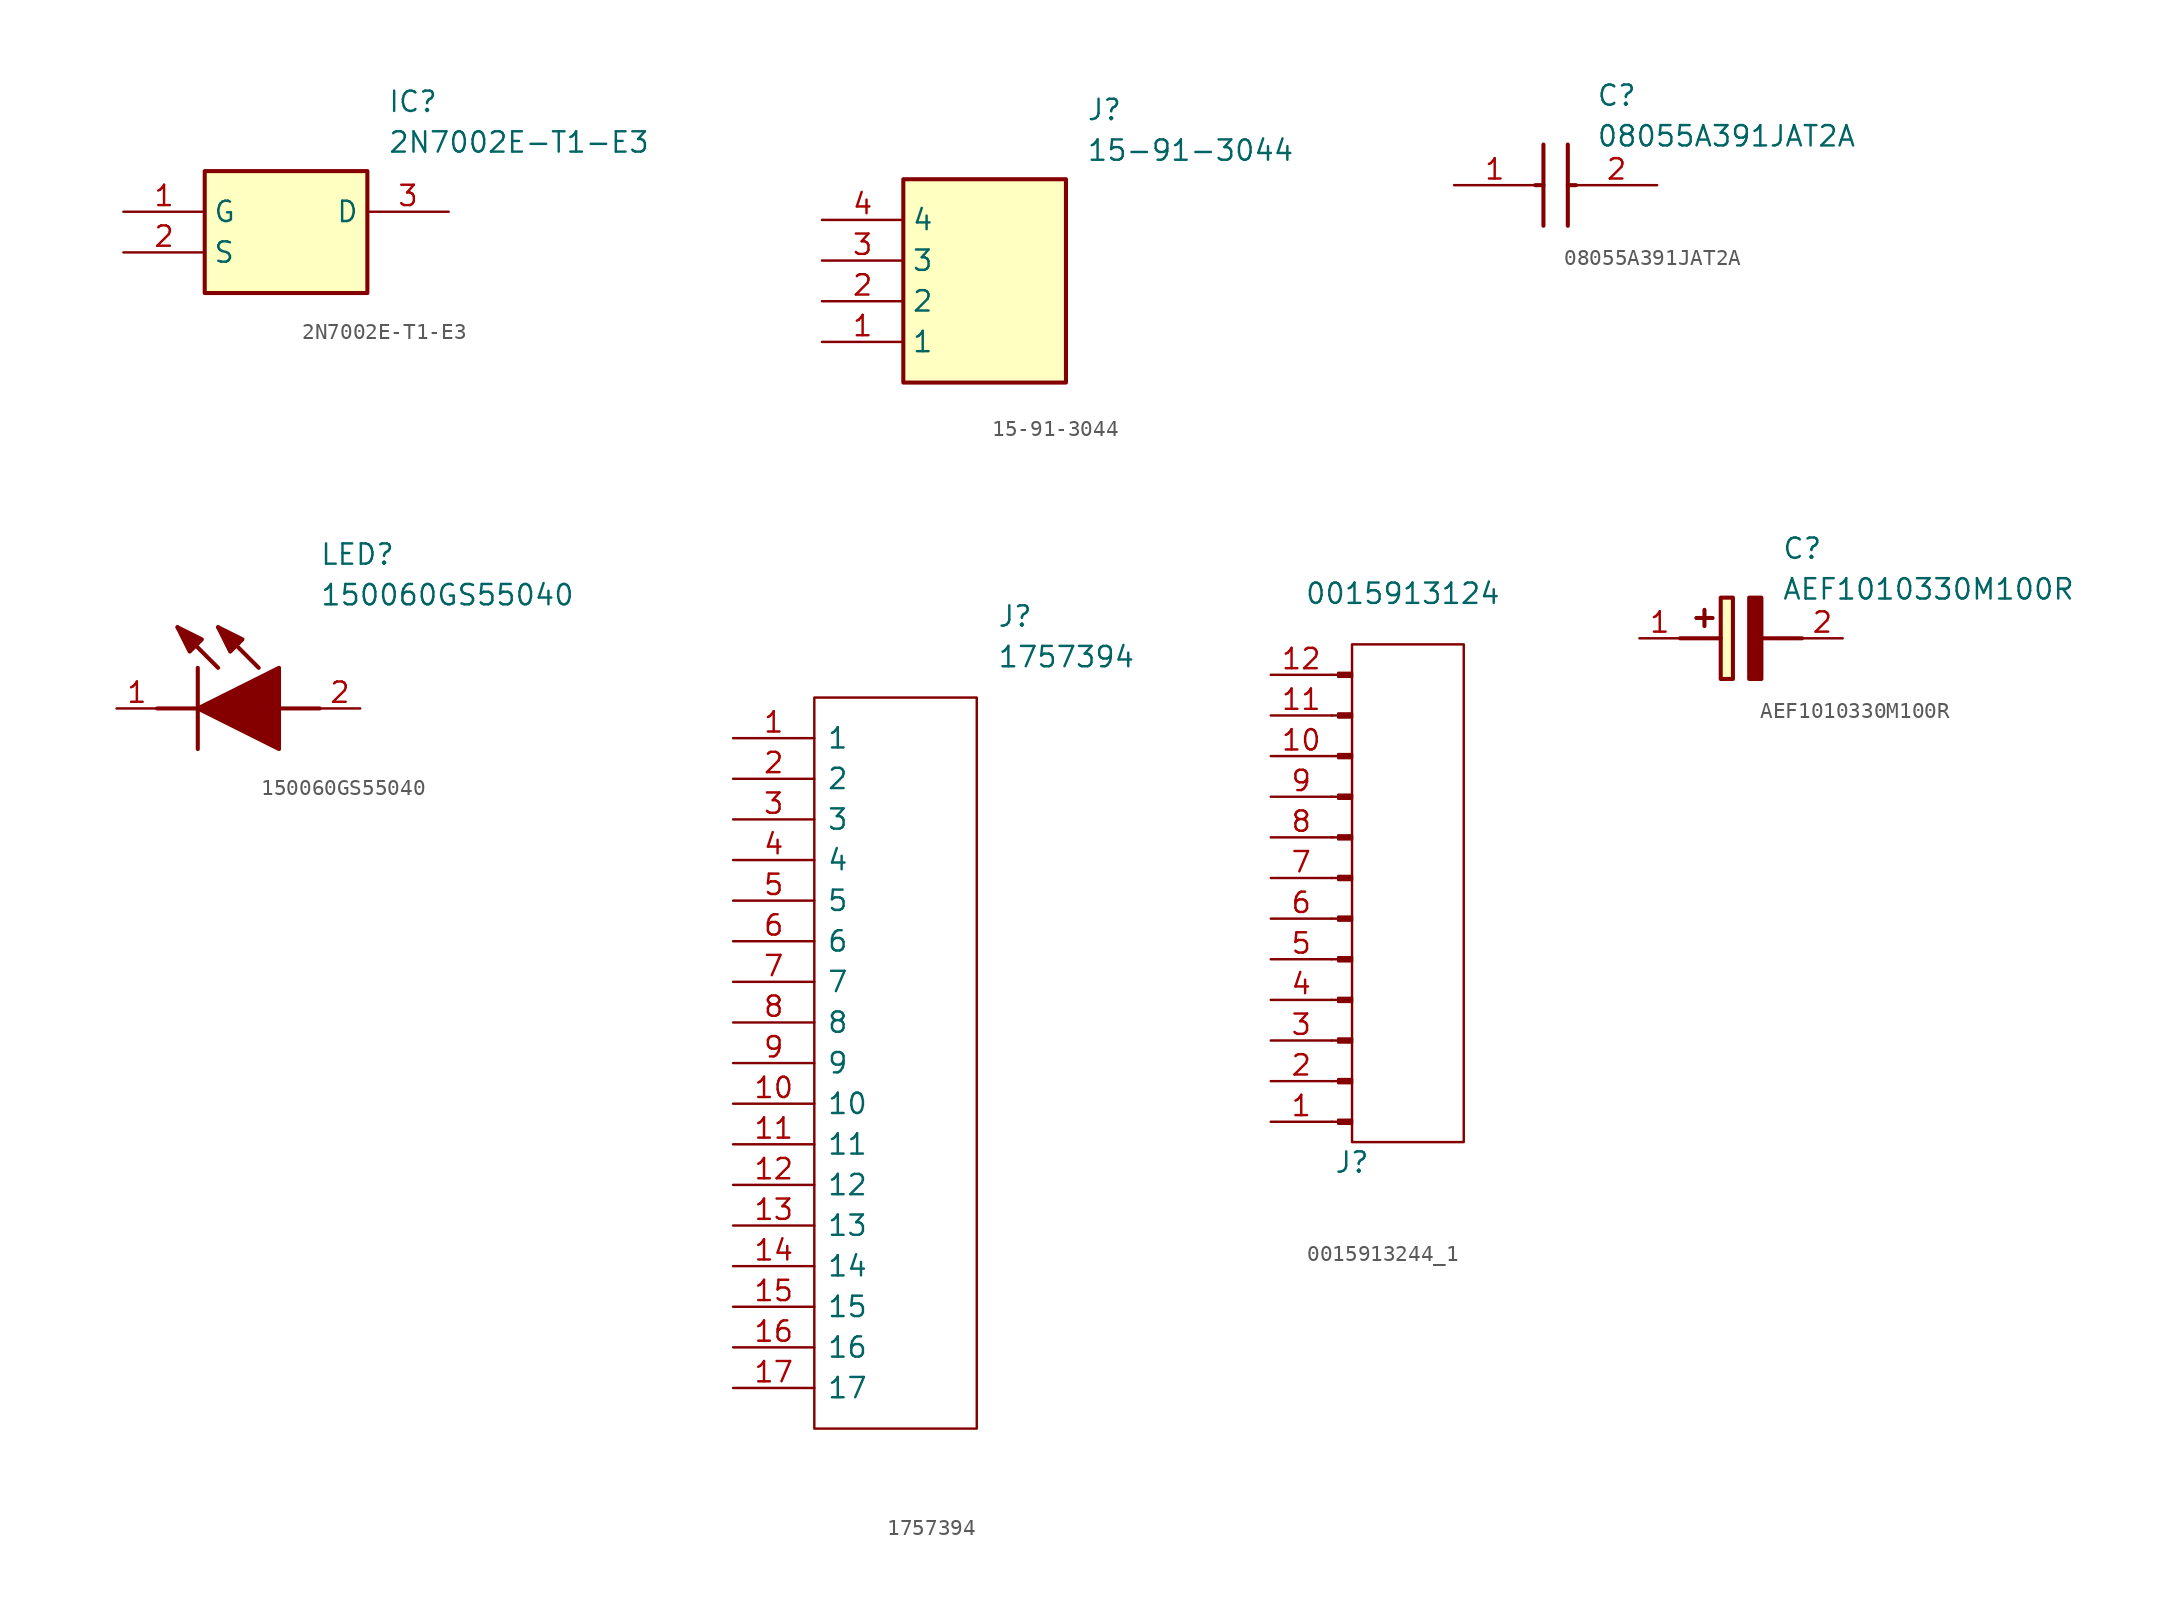
<source format=kicad_sym>
(kicad_symbol_lib
  (version 20220914)
  (generator kicad_symbol_editor)
  (symbol "2N7002E-T1-E3"
    (property "Reference" "IC"
      (at 16.51 7.62 0)
      (effects (font (size 1.27 1.27)) (justify left top)))
    (property "Value" "2N7002E-T1-E3"
      (at 16.51 5.08 0)
      (effects (font (size 1.27 1.27)) (justify left top)))
    (symbol "2N7002E-T1-E3_1_1"
      (rectangle (start 5.08 2.54) (end 15.24 -5.08) (stroke (width 0.254) (type default)) (fill (type background)))
      (pin passive line (at 0 0 0) (length 5.08) (name "G" (effects (font (size 1.27 1.27)))) (number "1" (effects (font (size 1.27 1.27)))))
      (pin passive line (at 0 -2.54 0) (length 5.08) (name "S" (effects (font (size 1.27 1.27)))) (number "2" (effects (font (size 1.27 1.27)))))
      (pin passive line (at 20.32 0 180) (length 5.08) (name "D" (effects (font (size 1.27 1.27)))) (number "3" (effects (font (size 1.27 1.27)))))))
  (symbol "15-91-3044"
    (property "Reference" "J"
      (at 16.51 7.62 0)
      (effects (font (size 1.27 1.27)) (justify left top)))
    (property "Value" "15-91-3044"
      (at 16.51 5.08 0)
      (effects (font (size 1.27 1.27)) (justify left top)))
    (symbol "15-91-3044_1_1"
      (rectangle (start 5.08 2.54) (end 15.24 -10.16) (stroke (width 0.254) (type default)) (fill (type background)))
      (pin passive line (at 0 -7.62 0) (length 5.08) (name "1" (effects (font (size 1.27 1.27)))) (number "1" (effects (font (size 1.27 1.27)))))
      (pin passive line (at 0 -5.08 0) (length 5.08) (name "2" (effects (font (size 1.27 1.27)))) (number "2" (effects (font (size 1.27 1.27)))))
      (pin passive line (at 0 -2.54 0) (length 5.08) (name "3" (effects (font (size 1.27 1.27)))) (number "3" (effects (font (size 1.27 1.27)))))
      (pin passive line (at 0 0 0) (length 5.08) (name "4" (effects (font (size 1.27 1.27)))) (number "4" (effects (font (size 1.27 1.27)))))))
  (symbol "08055A391JAT2A"
    (pin_names hide)
    (property "Reference" "C"
      (at 8.89 6.35 0)
      (effects (font (size 1.27 1.27)) (justify left top)))
    (property "Value" "08055A391JAT2A"
      (at 8.89 3.81 0)
      (effects (font (size 1.27 1.27)) (justify left top)))
    (symbol "08055A391JAT2A_1_1"
      (polyline (pts (xy 5.08 0) (xy 5.588 0)) (stroke (width 0.254) (type default)) (fill (type none)))
      (polyline (pts (xy 5.588 2.54) (xy 5.588 -2.54)) (stroke (width 0.254) (type default)) (fill (type none)))
      (polyline (pts (xy 7.112 0) (xy 7.62 0)) (stroke (width 0.254) (type default)) (fill (type none)))
      (polyline (pts (xy 7.112 2.54) (xy 7.112 -2.54)) (stroke (width 0.254) (type default)) (fill (type none)))
      (pin passive line (at 0 0 0) (length 5.08) (name "1" (effects (font (size 1.27 1.27)))) (number "1" (effects (font (size 1.27 1.27)))))
      (pin passive line (at 12.7 0 180) (length 5.08) (name "2" (effects (font (size 1.27 1.27)))) (number "2" (effects (font (size 1.27 1.27)))))))
  (symbol "150060GS55040"
    (pin_names hide)
    (property "Reference" "LED"
      (at 12.7 8.89 0)
      (effects (font (size 1.27 1.27)) (justify left bottom)))
    (property "Value" "150060GS55040"
      (at 12.7 6.35 0)
      (effects (font (size 1.27 1.27)) (justify left bottom)))
    (symbol "150060GS55040_1_1"
      (polyline (pts (xy 2.54 0) (xy 5.08 0)) (stroke (width 0.254) (type default)) (fill (type none)))
      (polyline (pts (xy 5.08 2.54) (xy 5.08 -2.54)) (stroke (width 0.254) (type default)) (fill (type none)))
      (polyline (pts (xy 6.35 2.54) (xy 3.81 5.08)) (stroke (width 0.254) (type default)) (fill (type none)))
      (polyline (pts (xy 8.89 2.54) (xy 6.35 5.08)) (stroke (width 0.254) (type default)) (fill (type none)))
      (polyline (pts (xy 10.16 0) (xy 12.7 0)) (stroke (width 0.254) (type default)) (fill (type none)))
      (polyline (pts (xy 5.08 0) (xy 10.16 2.54) (xy 10.16 -2.54) (xy 5.08 0)) (stroke (width 0.254) (type default)) (fill (type outline)))
      (polyline (pts (xy 5.334 4.318) (xy 4.572 3.556) (xy 3.81 5.08) (xy 5.334 4.318)) (stroke (width 0.254) (type default)) (fill (type outline)))
      (polyline (pts (xy 7.874 4.318) (xy 7.112 3.556) (xy 6.35 5.08) (xy 7.874 4.318)) (stroke (width 0.254) (type default)) (fill (type outline)))
      (pin passive line (at 0 0 0) (length 2.54) (name "K" (effects (font (size 1.27 1.27)))) (number "1" (effects (font (size 1.27 1.27)))))
      (pin passive line (at 15.24 0 180) (length 2.54) (name "A" (effects (font (size 1.27 1.27)))) (number "2" (effects (font (size 1.27 1.27)))))))
  (symbol "1757394"
    (pin_names
      (offset 0.762))
    (property "Reference" "J"
      (at 16.51 7.62 0)
      (effects (font (size 1.27 1.27)) (justify left)))
    (property "Value" "1757394"
      (at 16.51 5.08 0)
      (effects (font (size 1.27 1.27)) (justify left)))
    (symbol "1757394_0_0"
      (pin passive line (at 0 0 0) (length 5.08) (name "1" (effects (font (size 1.27 1.27)))) (number "1" (effects (font (size 1.27 1.27)))))
      (pin passive line (at 0 -22.86 0) (length 5.08) (name "10" (effects (font (size 1.27 1.27)))) (number "10" (effects (font (size 1.27 1.27)))))
      (pin passive line (at 0 -25.4 0) (length 5.08) (name "11" (effects (font (size 1.27 1.27)))) (number "11" (effects (font (size 1.27 1.27)))))
      (pin passive line (at 0 -27.94 0) (length 5.08) (name "12" (effects (font (size 1.27 1.27)))) (number "12" (effects (font (size 1.27 1.27)))))
      (pin passive line (at 0 -30.48 0) (length 5.08) (name "13" (effects (font (size 1.27 1.27)))) (number "13" (effects (font (size 1.27 1.27)))))
      (pin passive line (at 0 -33.02 0) (length 5.08) (name "14" (effects (font (size 1.27 1.27)))) (number "14" (effects (font (size 1.27 1.27)))))
      (pin passive line (at 0 -35.56 0) (length 5.08) (name "15" (effects (font (size 1.27 1.27)))) (number "15" (effects (font (size 1.27 1.27)))))
      (pin passive line (at 0 -38.1 0) (length 5.08) (name "16" (effects (font (size 1.27 1.27)))) (number "16" (effects (font (size 1.27 1.27)))))
      (pin passive line (at 0 -40.64 0) (length 5.08) (name "17" (effects (font (size 1.27 1.27)))) (number "17" (effects (font (size 1.27 1.27)))))
      (pin passive line (at 0 -2.54 0) (length 5.08) (name "2" (effects (font (size 1.27 1.27)))) (number "2" (effects (font (size 1.27 1.27)))))
      (pin passive line (at 0 -5.08 0) (length 5.08) (name "3" (effects (font (size 1.27 1.27)))) (number "3" (effects (font (size 1.27 1.27)))))
      (pin passive line (at 0 -7.62 0) (length 5.08) (name "4" (effects (font (size 1.27 1.27)))) (number "4" (effects (font (size 1.27 1.27)))))
      (pin passive line (at 0 -10.16 0) (length 5.08) (name "5" (effects (font (size 1.27 1.27)))) (number "5" (effects (font (size 1.27 1.27)))))
      (pin passive line (at 0 -12.7 0) (length 5.08) (name "6" (effects (font (size 1.27 1.27)))) (number "6" (effects (font (size 1.27 1.27)))))
      (pin passive line (at 0 -15.24 0) (length 5.08) (name "7" (effects (font (size 1.27 1.27)))) (number "7" (effects (font (size 1.27 1.27)))))
      (pin passive line (at 0 -17.78 0) (length 5.08) (name "8" (effects (font (size 1.27 1.27)))) (number "8" (effects (font (size 1.27 1.27)))))
      (pin passive line (at 0 -20.32 0) (length 5.08) (name "9" (effects (font (size 1.27 1.27)))) (number "9" (effects (font (size 1.27 1.27))))))
    (symbol "1757394_0_1"
      (polyline (pts (xy 5.08 2.54) (xy 15.24 2.54) (xy 15.24 -43.18) (xy 5.08 -43.18) (xy 5.08 2.54)) (stroke (width 0.152) (type solid)) (fill (type none)))))
  (symbol "0015913244_1"
    (pin_names
      (offset 1.016) hide)
    (property "Reference" "J"
      (at -0.635 -35.56 0)
      (effects (font (size 1.27 1.27))))
    (property "Value" "0015913124"
      (at 2.54 0 0)
      (effects (font (size 1.27 1.27))))
    (property "ki_locked" ""
      (at 0 0 0)
      (effects (font (size 1.27 1.27))))
    (symbol "0015913244_1_1_1"
      (rectangle (start -1.499 -33.147) (end -0.635 -32.893) (stroke (width 0.152) (type default)) (fill (type outline)))
      (rectangle (start -1.499 -30.607) (end -0.635 -30.353) (stroke (width 0.152) (type default)) (fill (type outline)))
      (rectangle (start -1.499 -28.067) (end -0.635 -27.813) (stroke (width 0.152) (type default)) (fill (type outline)))
      (rectangle (start -1.499 -25.527) (end -0.635 -25.273) (stroke (width 0.152) (type default)) (fill (type outline)))
      (rectangle (start -1.499 -22.987) (end -0.635 -22.733) (stroke (width 0.152) (type default)) (fill (type outline)))
      (rectangle (start -1.499 -20.447) (end -0.635 -20.193) (stroke (width 0.152) (type default)) (fill (type outline)))
      (rectangle (start -1.499 -17.907) (end -0.635 -17.653) (stroke (width 0.152) (type default)) (fill (type outline)))
      (rectangle (start -1.499 -15.367) (end -0.635 -15.113) (stroke (width 0.152) (type default)) (fill (type outline)))
      (rectangle (start -1.499 -12.827) (end -0.635 -12.573) (stroke (width 0.152) (type default)) (fill (type outline)))
      (rectangle (start -1.499 -10.287) (end -0.635 -10.033) (stroke (width 0.152) (type default)) (fill (type outline)))
      (rectangle (start -1.499 -7.747) (end -0.635 -7.493) (stroke (width 0.152) (type default)) (fill (type outline)))
      (rectangle (start -1.499 -5.207) (end -0.635 -4.953) (stroke (width 0.152) (type default)) (fill (type outline)))
      (rectangle (start -0.635 -3.175) (end 6.35 -34.29) (stroke (width 0) (type default)) (fill (type none)))
      (polyline (pts (xy -1.905 -33.02) (xy -1.499 -33.02)) (stroke (width 0.152) (type default)) (fill (type none)))
      (polyline (pts (xy -1.905 -30.48) (xy -1.499 -30.48)) (stroke (width 0.152) (type default)) (fill (type none)))
      (polyline (pts (xy -1.905 -27.94) (xy -1.499 -27.94)) (stroke (width 0.152) (type default)) (fill (type none)))
      (polyline (pts (xy -1.905 -25.4) (xy -1.499 -25.4)) (stroke (width 0.152) (type default)) (fill (type none)))
      (polyline (pts (xy -1.905 -22.86) (xy -1.499 -22.86)) (stroke (width 0.152) (type default)) (fill (type none)))
      (polyline (pts (xy -1.905 -20.32) (xy -1.499 -20.32)) (stroke (width 0.152) (type default)) (fill (type none)))
      (polyline (pts (xy -1.905 -17.78) (xy -1.499 -17.78)) (stroke (width 0.152) (type default)) (fill (type none)))
      (polyline (pts (xy -1.905 -15.24) (xy -1.499 -15.24)) (stroke (width 0.152) (type default)) (fill (type none)))
      (polyline (pts (xy -1.905 -12.7) (xy -1.499 -12.7)) (stroke (width 0.152) (type default)) (fill (type none)))
      (polyline (pts (xy -1.905 -10.16) (xy -1.499 -10.16)) (stroke (width 0.152) (type default)) (fill (type none)))
      (polyline (pts (xy -1.905 -7.62) (xy -1.499 -7.62)) (stroke (width 0.152) (type default)) (fill (type none)))
      (polyline (pts (xy -1.905 -5.08) (xy -1.499 -5.08)) (stroke (width 0.152) (type default)) (fill (type none)))
      (pin passive line (at -5.715 -33.02 0) (length 3.81) (name "Pin_1" (effects (font (size 1.27 1.27)))) (number "1" (effects (font (size 1.27 1.27)))))
      (pin passive line (at -5.715 -10.16 0) (length 3.81) (name "Pin_10" (effects (font (size 1.27 1.27)))) (number "10" (effects (font (size 1.27 1.27)))))
      (pin passive line (at -5.715 -7.62 0) (length 3.81) (name "Pin_11" (effects (font (size 1.27 1.27)))) (number "11" (effects (font (size 1.27 1.27)))))
      (pin passive line (at -5.715 -5.08 0) (length 3.81) (name "Pin_12" (effects (font (size 1.27 1.27)))) (number "12" (effects (font (size 1.27 1.27)))))
      (pin passive line (at -5.715 -30.48 0) (length 3.81) (name "Pin_2" (effects (font (size 1.27 1.27)))) (number "2" (effects (font (size 1.27 1.27)))))
      (pin passive line (at -5.715 -27.94 0) (length 3.81) (name "Pin_3" (effects (font (size 1.27 1.27)))) (number "3" (effects (font (size 1.27 1.27)))))
      (pin passive line (at -5.715 -25.4 0) (length 3.81) (name "Pin_4" (effects (font (size 1.27 1.27)))) (number "4" (effects (font (size 1.27 1.27)))))
      (pin passive line (at -5.715 -22.86 0) (length 3.81) (name "Pin_5" (effects (font (size 1.27 1.27)))) (number "5" (effects (font (size 1.27 1.27)))))
      (pin passive line (at -5.715 -20.32 0) (length 3.81) (name "Pin_6" (effects (font (size 1.27 1.27)))) (number "6" (effects (font (size 1.27 1.27)))))
      (pin passive line (at -5.715 -17.78 0) (length 3.81) (name "Pin_7" (effects (font (size 1.27 1.27)))) (number "7" (effects (font (size 1.27 1.27)))))
      (pin passive line (at -5.715 -15.24 0) (length 3.81) (name "Pin_8" (effects (font (size 1.27 1.27)))) (number "8" (effects (font (size 1.27 1.27)))))
      (pin passive line (at -5.715 -12.7 0) (length 3.81) (name "Pin_9" (effects (font (size 1.27 1.27)))) (number "9" (effects (font (size 1.27 1.27)))))))
  (symbol "AEF1010330M100R"
    (pin_names hide)
    (property "Reference" "C"
      (at 8.89 6.35 0)
      (effects (font (size 1.27 1.27)) (justify left top)))
    (property "Value" "AEF1010330M100R"
      (at 8.89 3.81 0)
      (effects (font (size 1.27 1.27)) (justify left top)))
    (symbol "AEF1010330M100R_1_1"
      (polyline (pts (xy 2.54 0) (xy 5.08 0)) (stroke (width 0.254) (type default)) (fill (type none)))
      (polyline (pts (xy 4.064 1.778) (xy 4.064 0.762)) (stroke (width 0.254) (type default)) (fill (type none)))
      (polyline (pts (xy 4.572 1.27) (xy 3.556 1.27)) (stroke (width 0.254) (type default)) (fill (type none)))
      (polyline (pts (xy 7.62 0) (xy 10.16 0)) (stroke (width 0.254) (type default)) (fill (type none)))
      (polyline (pts (xy 7.62 2.54) (xy 7.62 -2.54) (xy 6.858 -2.54) (xy 6.858 2.54) (xy 7.62 2.54)) (stroke (width 0.254) (type default)) (fill (type outline)))
      (rectangle (start 5.08 2.54) (end 5.842 -2.54) (stroke (width 0.254) (type default)) (fill (type background)))
      (pin passive line (at 0 0 0) (length 2.54) (name "+" (effects (font (size 1.27 1.27)))) (number "1" (effects (font (size 1.27 1.27)))))
      (pin passive line (at 12.7 0 180) (length 2.54) (name "-" (effects (font (size 1.27 1.27)))) (number "2" (effects (font (size 1.27 1.27))))))))
</source>
